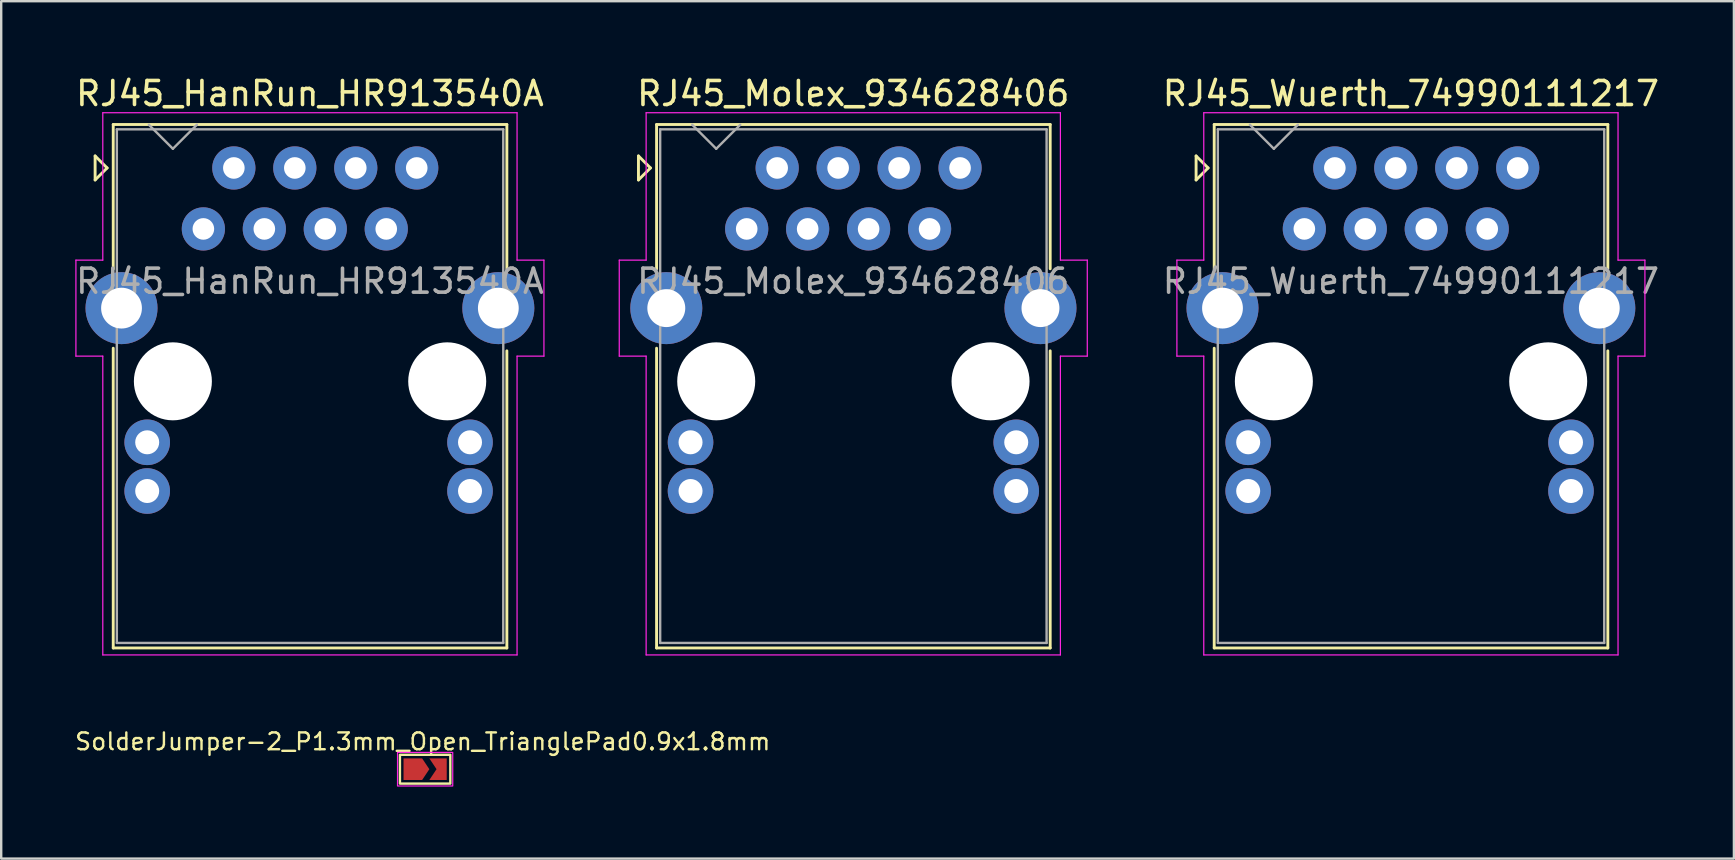
<source format=kicad_pcb>
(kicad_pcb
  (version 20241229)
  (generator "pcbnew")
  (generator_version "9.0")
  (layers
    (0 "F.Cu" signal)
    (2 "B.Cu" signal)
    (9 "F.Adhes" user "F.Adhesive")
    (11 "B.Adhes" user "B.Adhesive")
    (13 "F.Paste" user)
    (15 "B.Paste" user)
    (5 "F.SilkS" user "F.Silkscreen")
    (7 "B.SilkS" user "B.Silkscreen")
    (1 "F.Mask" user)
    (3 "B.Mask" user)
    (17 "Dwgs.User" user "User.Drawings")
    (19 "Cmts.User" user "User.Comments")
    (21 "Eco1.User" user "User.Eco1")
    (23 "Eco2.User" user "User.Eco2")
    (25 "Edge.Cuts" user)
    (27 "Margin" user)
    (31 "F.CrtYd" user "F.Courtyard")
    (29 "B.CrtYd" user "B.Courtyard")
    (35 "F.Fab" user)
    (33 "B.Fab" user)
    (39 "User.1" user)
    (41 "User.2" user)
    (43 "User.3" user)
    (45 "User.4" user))
  (footprint "RJ45_Wuerth_74990111217"
    (layer "F.Cu")
    (at 51.295 6.488)
    (property "Reference" "RJ45_Wuerth_74990111217" (at 4.44 -5.64 0) (layer "F.SilkS") (effects (font (size 1 1) (thickness 0.15))))
    (attr through_hole)
    (fp_line (start -4.51 -3.04) (end -4.51 -2.04) (stroke (width 0.12) (type solid)) (layer "F.SilkS"))
    (fp_line (start -4.51 -2.04) (end -4.01 -2.54) (stroke (width 0.12) (type solid)) (layer "F.SilkS"))
    (fp_line (start -4.01 -2.54) (end -4.51 -3.04) (stroke (width 0.12) (type solid)) (layer "F.SilkS"))
    (fp_line (start -3.755 -4.35) (end -3.755 1.67) (stroke (width 0.12) (type solid)) (layer "F.SilkS"))
    (fp_line (start -3.755 -4.35) (end 12.645 -4.35) (stroke (width 0.12) (type solid)) (layer "F.SilkS"))
    (fp_line (start -3.755 4.97) (end -3.755 17.46) (stroke (width 0.12) (type solid)) (layer "F.SilkS"))
    (fp_line (start -3.755 17.46) (end 12.645 17.46) (stroke (width 0.12) (type solid)) (layer "F.SilkS"))
    (fp_line (start 12.645 -4.35) (end 12.645 1.66) (stroke (width 0.12) (type solid)) (layer "F.SilkS"))
    (fp_line (start 12.645 5.08) (end 12.645 17.46) (stroke (width 0.12) (type solid)) (layer "F.SilkS"))
    (fp_line (start -5.31 1.3) (end -5.31 5.3) (stroke (width 0.05) (type solid)) (layer "F.CrtYd"))
    (fp_line (start -5.31 5.3) (end -4.19 5.3) (stroke (width 0.05) (type solid)) (layer "F.CrtYd"))
    (fp_line (start -4.19 -4.84) (end -4.19 1.3) (stroke (width 0.05) (type solid)) (layer "F.CrtYd"))
    (fp_line (start -4.19 -4.84) (end 13.07 -4.84) (stroke (width 0.05) (type solid)) (layer "F.CrtYd"))
    (fp_line (start -4.19 1.3) (end -5.31 1.3) (stroke (width 0.05) (type solid)) (layer "F.CrtYd"))
    (fp_line (start -4.19 5.3) (end -4.19 17.75) (stroke (width 0.05) (type solid)) (layer "F.CrtYd"))
    (fp_line (start -4.19 17.75) (end 13.07 17.75) (stroke (width 0.05) (type solid)) (layer "F.CrtYd"))
    (fp_line (start 13.07 -4.84) (end 13.07 1.3) (stroke (width 0.05) (type solid)) (layer "F.CrtYd"))
    (fp_line (start 13.07 5.3) (end 13.07 17.75) (stroke (width 0.05) (type solid)) (layer "F.CrtYd"))
    (fp_line (start 13.07 5.3) (end 14.19 5.3) (stroke (width 0.05) (type solid)) (layer "F.CrtYd"))
    (fp_line (start 14.19 1.3) (end 13.07 1.3) (stroke (width 0.05) (type solid)) (layer "F.CrtYd"))
    (fp_line (start 14.19 1.3) (end 14.19 5.3) (stroke (width 0.05) (type solid)) (layer "F.CrtYd"))
    (fp_line (start -3.605 -4.15) (end 12.495 -4.15) (stroke (width 0.1) (type solid)) (layer "F.Fab"))
    (fp_line (start -3.605 17.25) (end -3.605 -4.15) (stroke (width 0.1) (type solid)) (layer "F.Fab"))
    (fp_line (start -1.27 -3.34) (end -2.27 -4.34) (stroke (width 0.1) (type default)) (layer "F.Fab"))
    (fp_line (start -0.27 -4.34) (end -1.27 -3.34) (stroke (width 0.1) (type default)) (layer "F.Fab"))
    (fp_line (start 12.495 -4.15) (end 12.495 17.25) (stroke (width 0.1) (type solid)) (layer "F.Fab"))
    (fp_line (start 12.495 17.25) (end -3.605 17.25) (stroke (width 0.1) (type solid)) (layer "F.Fab"))
    (fp_text user "${REFERENCE}" (at 4.44 2.18 0) (layer "F.Fab") (effects (font (size 1 1) (thickness 0.15))))
    (pad "" np_thru_hole circle (at -1.27 6.35) (size 3.25 3.25) (drill 3.25) (layers "*.Cu" "*.Mask"))
    (pad "" np_thru_hole circle (at 10.16 6.35) (size 3.25 3.25) (drill 3.25) (layers "*.Cu" "*.Mask"))
    (pad "1" thru_hole circle (at 0 0) (size 1.8 1.8) (drill 0.9) (layers "*.Cu" "*.Mask"))
    (pad "2" thru_hole circle (at 1.27 -2.54) (size 1.8 1.8) (drill 0.9) (layers "*.Cu" "*.Mask"))
    (pad "3" thru_hole circle (at 2.54 0) (size 1.8 1.8) (drill 0.9) (layers "*.Cu" "*.Mask"))
    (pad "4" thru_hole circle (at 3.81 -2.54) (size 1.8 1.8) (drill 0.9) (layers "*.Cu" "*.Mask"))
    (pad "5" thru_hole circle (at 5.08 0) (size 1.8 1.8) (drill 0.9) (layers "*.Cu" "*.Mask"))
    (pad "6" thru_hole circle (at 6.35 -2.54) (size 1.8 1.8) (drill 0.9) (layers "*.Cu" "*.Mask"))
    (pad "7" thru_hole circle (at 7.62 0) (size 1.8 1.8) (drill 0.9) (layers "*.Cu" "*.Mask"))
    (pad "8" thru_hole circle (at 8.89 -2.54) (size 1.8 1.8) (drill 0.9) (layers "*.Cu" "*.Mask"))
    (pad "9" thru_hole circle (at -2.34 8.89) (size 1.9 1.9) (drill 1) (layers "*.Cu" "*.Mask"))
    (pad "10" thru_hole circle (at -2.34 10.92) (size 1.9 1.9) (drill 1) (layers "*.Cu" "*.Mask"))
    (pad "11" thru_hole circle (at 11.11 8.89) (size 1.9 1.9) (drill 1) (layers "*.Cu" "*.Mask"))
    (pad "12" thru_hole circle (at 11.11 10.92) (size 1.9 1.9) (drill 1) (layers "*.Cu" "*.Mask"))
    (pad "SH" thru_hole circle (at -3.41 3.3) (size 3 3) (drill 1.7) (layers "*.Cu" "*.Mask"))
    (pad "SH" thru_hole circle (at 12.29 3.3) (size 3 3) (drill 1.7) (layers "*.Cu" "*.Mask")))
  (footprint "RJ45_Molex_934628406"
    (layer "F.Cu")
    (at 28.061 6.488)
    (property "Reference" "RJ45_Molex_934628406" (at 4.44 -5.64 0) (layer "F.SilkS") (effects (font (size 1 1) (thickness 0.15))))
    (attr through_hole)
    (fp_line (start -4.51 -3.04) (end -4.51 -2.04) (stroke (width 0.12) (type solid)) (layer "F.SilkS"))
    (fp_line (start -4.51 -2.04) (end -4.01 -2.54) (stroke (width 0.12) (type solid)) (layer "F.SilkS"))
    (fp_line (start -4.01 -2.54) (end -4.51 -3.04) (stroke (width 0.12) (type solid)) (layer "F.SilkS"))
    (fp_line (start -3.755 -4.35) (end -3.755 1.67) (stroke (width 0.12) (type solid)) (layer "F.SilkS"))
    (fp_line (start -3.755 -4.35) (end 12.645 -4.35) (stroke (width 0.12) (type solid)) (layer "F.SilkS"))
    (fp_line (start -3.755 4.97) (end -3.755 17.46) (stroke (width 0.12) (type solid)) (layer "F.SilkS"))
    (fp_line (start -3.755 17.46) (end 12.645 17.46) (stroke (width 0.12) (type solid)) (layer "F.SilkS"))
    (fp_line (start 12.645 -4.35) (end 12.645 1.66) (stroke (width 0.12) (type solid)) (layer "F.SilkS"))
    (fp_line (start 12.645 5.08) (end 12.645 17.46) (stroke (width 0.12) (type solid)) (layer "F.SilkS"))
    (fp_line (start -5.31 1.3) (end -5.31 5.3) (stroke (width 0.05) (type solid)) (layer "F.CrtYd"))
    (fp_line (start -5.31 5.3) (end -4.19 5.3) (stroke (width 0.05) (type solid)) (layer "F.CrtYd"))
    (fp_line (start -4.19 -4.84) (end -4.19 1.3) (stroke (width 0.05) (type solid)) (layer "F.CrtYd"))
    (fp_line (start -4.19 -4.84) (end 13.07 -4.84) (stroke (width 0.05) (type solid)) (layer "F.CrtYd"))
    (fp_line (start -4.19 1.3) (end -5.31 1.3) (stroke (width 0.05) (type solid)) (layer "F.CrtYd"))
    (fp_line (start -4.19 5.3) (end -4.19 17.75) (stroke (width 0.05) (type solid)) (layer "F.CrtYd"))
    (fp_line (start -4.19 17.75) (end 13.07 17.75) (stroke (width 0.05) (type solid)) (layer "F.CrtYd"))
    (fp_line (start 13.07 -4.84) (end 13.07 1.3) (stroke (width 0.05) (type solid)) (layer "F.CrtYd"))
    (fp_line (start 13.07 5.3) (end 13.07 17.75) (stroke (width 0.05) (type solid)) (layer "F.CrtYd"))
    (fp_line (start 13.07 5.3) (end 14.19 5.3) (stroke (width 0.05) (type solid)) (layer "F.CrtYd"))
    (fp_line (start 14.19 1.3) (end 13.07 1.3) (stroke (width 0.05) (type solid)) (layer "F.CrtYd"))
    (fp_line (start 14.19 1.3) (end 14.19 5.3) (stroke (width 0.05) (type solid)) (layer "F.CrtYd"))
    (fp_line (start -3.605 -4.15) (end 12.495 -4.15) (stroke (width 0.1) (type solid)) (layer "F.Fab"))
    (fp_line (start -3.605 17.25) (end -3.605 -4.15) (stroke (width 0.1) (type solid)) (layer "F.Fab"))
    (fp_line (start -1.27 -3.34) (end -2.27 -4.34) (stroke (width 0.1) (type default)) (layer "F.Fab"))
    (fp_line (start -0.27 -4.34) (end -1.27 -3.34) (stroke (width 0.1) (type default)) (layer "F.Fab"))
    (fp_line (start 12.495 -4.15) (end 12.495 17.25) (stroke (width 0.1) (type solid)) (layer "F.Fab"))
    (fp_line (start 12.495 17.25) (end -3.605 17.25) (stroke (width 0.1) (type solid)) (layer "F.Fab"))
    (fp_text user "${REFERENCE}" (at 4.44 2.18 0) (layer "F.Fab") (effects (font (size 1 1) (thickness 0.15))))
    (pad "" np_thru_hole circle (at -1.27 6.35) (size 3.25 3.25) (drill 3.26) (layers "*.Cu" "*.Mask"))
    (pad "" np_thru_hole circle (at 10.16 6.35) (size 3.25 3.25) (drill 3.26) (layers "*.Cu" "*.Mask"))
    (pad "2" thru_hole circle (at 0 0) (size 1.8 1.8) (drill 0.9) (layers "*.Cu" "*.Mask"))
    (pad "3" thru_hole circle (at 1.27 -2.54) (size 1.8 1.8) (drill 0.9) (layers "*.Cu" "*.Mask"))
    (pad "4" thru_hole circle (at 2.54 0) (size 1.8 1.8) (drill 0.9) (layers "*.Cu" "*.Mask"))
    (pad "5" thru_hole circle (at 3.81 -2.54) (size 1.8 1.8) (drill 0.9) (layers "*.Cu" "*.Mask"))
    (pad "6" thru_hole circle (at 5.08 0) (size 1.8 1.8) (drill 0.9) (layers "*.Cu" "*.Mask"))
    (pad "7" thru_hole circle (at 6.35 -2.54) (size 1.8 1.8) (drill 0.9) (layers "*.Cu" "*.Mask"))
    (pad "8" thru_hole circle (at 7.62 0) (size 1.8 1.8) (drill 0.9) (layers "*.Cu" "*.Mask"))
    (pad "9" thru_hole circle (at 8.89 -2.54) (size 1.8 1.8) (drill 0.9) (layers "*.Cu" "*.Mask"))
    (pad "11" thru_hole circle (at -2.34 10.92) (size 1.9 1.9) (drill 1) (layers "*.Cu" "*.Mask"))
    (pad "12" thru_hole circle (at -2.34 8.89) (size 1.9 1.9) (drill 1) (layers "*.Cu" "*.Mask"))
    (pad "13" thru_hole circle (at 11.23 10.92) (size 1.9 1.9) (drill 1) (layers "*.Cu" "*.Mask"))
    (pad "14" thru_hole circle (at 11.23 8.89) (size 1.9 1.9) (drill 1) (layers "*.Cu" "*.Mask"))
    (pad "SH" thru_hole circle (at -3.35 3.3) (size 3 3) (drill 1.58) (layers "*.Cu" "*.Mask"))
    (pad "SH" thru_hole circle (at 12.24 3.3) (size 3 3) (drill 1.58) (layers "*.Cu" "*.Mask")))
  (footprint "SolderJumper-2_P1.3mm_Open_TrianglePad0.9x1.8mm"
    (layer "F.Cu")
    (at 14.563 28.998)
    (property "Reference" "SolderJumper-2_P1.3mm_Open_TrianglePad0.9x1.8mm" (at 0 -1.15 0) (layer "F.SilkS") (effects (font (size 0.7 0.7) (thickness 0.1))))
    (attr exclude_from_pos_files exclude_from_bom allow_soldermask_bridges)
    (fp_rect (start -0.8 -0.45) (end 1 0.45) (stroke (width 0) (type default)) (fill yes) (layer "F.Mask"))
    (fp_rect (start -0.95 -0.6) (end 1.15 0.6) (stroke (width 0.1) (type default)) (fill no) (layer "F.SilkS"))
    (fp_rect (start -1.05 -0.7) (end 1.25 0.7) (stroke (width 0.05) (type default)) (fill no) (layer "F.CrtYd"))
    (pad "1" smd custom (at -0.5 0) (size 0.3 0.3) (layers "F.Cu" "F.Mask") (options (anchor rect)) (primitives (gr_poly (pts (xy 0.775 0) (xy 0.475 0.45) (xy -0.3 0.45) (xy -0.3 -0.45) (xy 0.475 -0.45)) (width 0) (fill yes))))
    (pad "2" smd custom (at 0.725 0) (size 0.3 0.3) (layers "F.Cu" "F.Mask") (options (anchor rect)) (primitives (gr_poly (pts (xy 0.275 0.45) (xy -0.45 0.45) (xy -0.15 0) (xy -0.45 -0.45) (xy 0.275 -0.45)) (width 0) (fill yes)))))
  (footprint "RJ45_HanRun_HR913540A"
    (layer "F.Cu")
    (at 5.423 6.488)
    (property "Reference" "RJ45_HanRun_HR913540A" (at 4.44 -5.64 0) (layer "F.SilkS") (effects (font (size 1 1) (thickness 0.15))))
    (attr through_hole)
    (fp_line (start -4.51 -3.04) (end -4.51 -2.04) (stroke (width 0.12) (type solid)) (layer "F.SilkS"))
    (fp_line (start -4.51 -2.04) (end -4.01 -2.54) (stroke (width 0.12) (type solid)) (layer "F.SilkS"))
    (fp_line (start -4.01 -2.54) (end -4.51 -3.04) (stroke (width 0.12) (type solid)) (layer "F.SilkS"))
    (fp_line (start -3.755 -4.35) (end -3.755 1.67) (stroke (width 0.12) (type solid)) (layer "F.SilkS"))
    (fp_line (start -3.755 -4.35) (end 12.645 -4.35) (stroke (width 0.12) (type solid)) (layer "F.SilkS"))
    (fp_line (start -3.755 4.97) (end -3.755 17.46) (stroke (width 0.12) (type solid)) (layer "F.SilkS"))
    (fp_line (start -3.755 17.46) (end 12.645 17.46) (stroke (width 0.12) (type solid)) (layer "F.SilkS"))
    (fp_line (start 12.645 -4.35) (end 12.645 1.66) (stroke (width 0.12) (type solid)) (layer "F.SilkS"))
    (fp_line (start 12.645 5.08) (end 12.645 17.46) (stroke (width 0.12) (type solid)) (layer "F.SilkS"))
    (fp_line (start -5.31 1.3) (end -5.31 5.3) (stroke (width 0.05) (type solid)) (layer "F.CrtYd"))
    (fp_line (start -5.31 5.3) (end -4.19 5.3) (stroke (width 0.05) (type solid)) (layer "F.CrtYd"))
    (fp_line (start -4.19 -4.84) (end -4.19 1.3) (stroke (width 0.05) (type solid)) (layer "F.CrtYd"))
    (fp_line (start -4.19 -4.84) (end 13.07 -4.84) (stroke (width 0.05) (type solid)) (layer "F.CrtYd"))
    (fp_line (start -4.19 1.3) (end -5.31 1.3) (stroke (width 0.05) (type solid)) (layer "F.CrtYd"))
    (fp_line (start -4.19 5.3) (end -4.19 17.75) (stroke (width 0.05) (type solid)) (layer "F.CrtYd"))
    (fp_line (start -4.19 17.75) (end 13.07 17.75) (stroke (width 0.05) (type solid)) (layer "F.CrtYd"))
    (fp_line (start 13.07 -4.84) (end 13.07 1.3) (stroke (width 0.05) (type solid)) (layer "F.CrtYd"))
    (fp_line (start 13.07 5.3) (end 13.07 17.75) (stroke (width 0.05) (type solid)) (layer "F.CrtYd"))
    (fp_line (start 13.07 5.3) (end 14.19 5.3) (stroke (width 0.05) (type solid)) (layer "F.CrtYd"))
    (fp_line (start 14.19 1.3) (end 13.07 1.3) (stroke (width 0.05) (type solid)) (layer "F.CrtYd"))
    (fp_line (start 14.19 1.3) (end 14.19 5.3) (stroke (width 0.05) (type solid)) (layer "F.CrtYd"))
    (fp_line (start -3.605 -4.15) (end 12.495 -4.15) (stroke (width 0.1) (type solid)) (layer "F.Fab"))
    (fp_line (start -3.605 17.25) (end -3.605 -4.15) (stroke (width 0.1) (type solid)) (layer "F.Fab"))
    (fp_line (start -1.27 -3.34) (end -2.27 -4.34) (stroke (width 0.1) (type default)) (layer "F.Fab"))
    (fp_line (start -0.27 -4.34) (end -1.27 -3.34) (stroke (width 0.1) (type default)) (layer "F.Fab"))
    (fp_line (start 12.495 -4.15) (end 12.495 17.25) (stroke (width 0.1) (type solid)) (layer "F.Fab"))
    (fp_line (start 12.495 17.25) (end -3.605 17.25) (stroke (width 0.1) (type solid)) (layer "F.Fab"))
    (fp_text user "${REFERENCE}" (at 4.44 2.18 0) (layer "F.Fab") (effects (font (size 1 1) (thickness 0.15))))
    (pad "" np_thru_hole circle (at -1.27 6.35) (size 3.25 3.25) (drill 3.25) (layers "*.Cu" "*.Mask"))
    (pad "" np_thru_hole circle (at 10.16 6.35) (size 3.25 3.25) (drill 3.25) (layers "*.Cu" "*.Mask"))
    (pad "1" thru_hole circle (at 0 0) (size 1.8 1.8) (drill 0.9) (layers "*.Cu" "*.Mask"))
    (pad "2" thru_hole circle (at 1.27 -2.54) (size 1.8 1.8) (drill 0.9) (layers "*.Cu" "*.Mask"))
    (pad "3" thru_hole circle (at 2.54 0) (size 1.8 1.8) (drill 0.9) (layers "*.Cu" "*.Mask"))
    (pad "4" thru_hole circle (at 3.81 -2.54) (size 1.8 1.8) (drill 0.9) (layers "*.Cu" "*.Mask"))
    (pad "5" thru_hole circle (at 5.08 0) (size 1.8 1.8) (drill 0.9) (layers "*.Cu" "*.Mask"))
    (pad "6" thru_hole circle (at 6.35 -2.54) (size 1.8 1.8) (drill 0.9) (layers "*.Cu" "*.Mask"))
    (pad "7" thru_hole circle (at 7.62 0) (size 1.8 1.8) (drill 0.9) (layers "*.Cu" "*.Mask"))
    (pad "8" thru_hole circle (at 8.89 -2.54) (size 1.8 1.8) (drill 0.9) (layers "*.Cu" "*.Mask"))
    (pad "9" thru_hole circle (at 11.11 8.89) (size 1.9 1.9) (drill 1) (layers "*.Cu" "*.Mask"))
    (pad "10" thru_hole circle (at 11.11 10.92) (size 1.9 1.9) (drill 1) (layers "*.Cu" "*.Mask"))
    (pad "11" thru_hole circle (at -2.34 8.89) (size 1.9 1.9) (drill 1) (layers "*.Cu" "*.Mask"))
    (pad "12" thru_hole circle (at -2.34 10.92) (size 1.9 1.9) (drill 1) (layers "*.Cu" "*.Mask"))
    (pad "SH" thru_hole circle (at -3.41 3.3) (size 3 3) (drill 1.7) (layers "*.Cu" "*.Mask"))
    (pad "SH" thru_hole circle (at 12.29 3.3) (size 3 3) (drill 1.7) (layers "*.Cu" "*.Mask")))
  (gr_rect
    (start -3 -3)
    (end 69.193 32.723)
    (stroke (width 0.1) (type default))
    (fill no)
    (layer "Edge.Cuts")))
</source>
